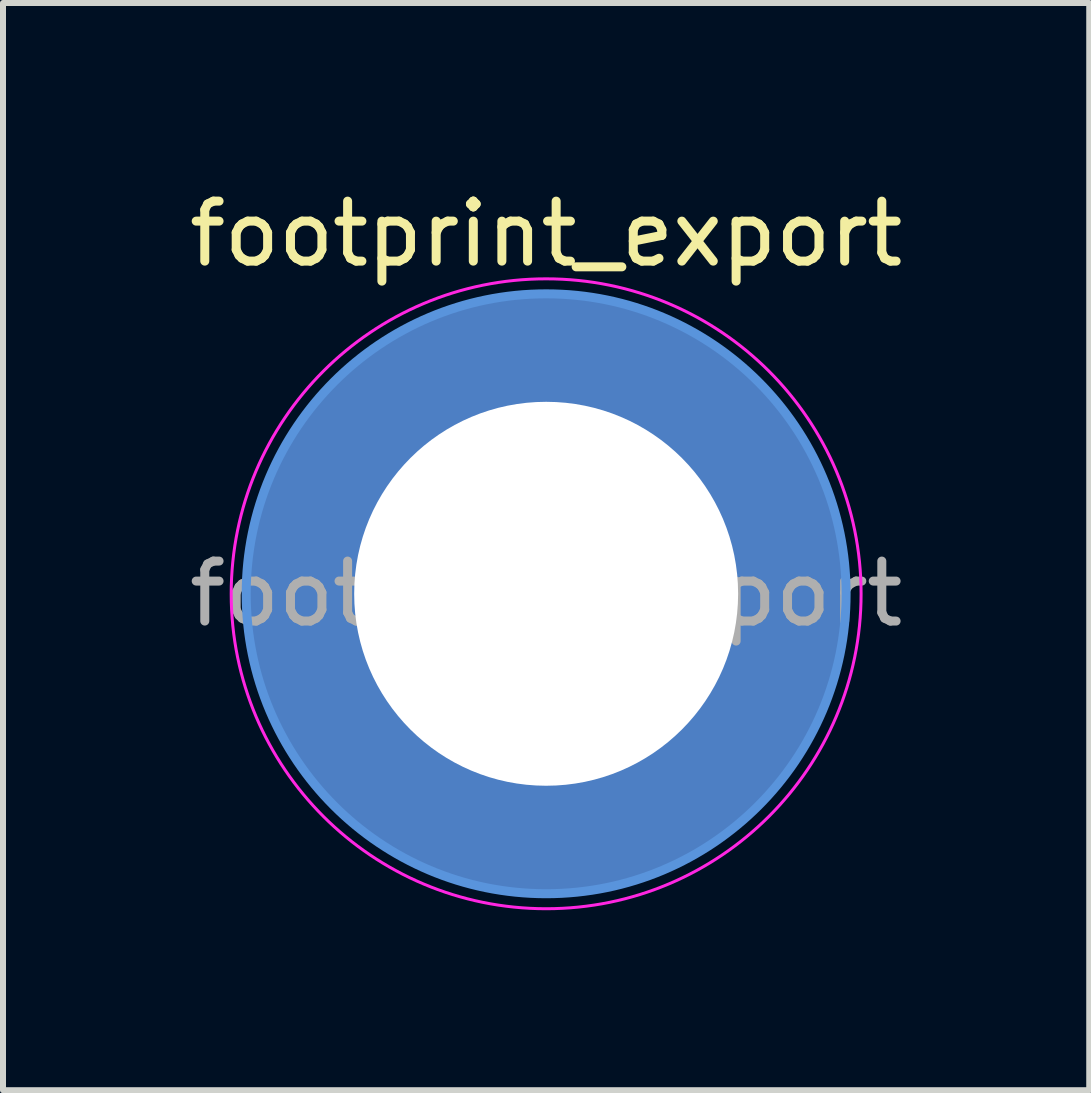
<source format=kicad_pcb>
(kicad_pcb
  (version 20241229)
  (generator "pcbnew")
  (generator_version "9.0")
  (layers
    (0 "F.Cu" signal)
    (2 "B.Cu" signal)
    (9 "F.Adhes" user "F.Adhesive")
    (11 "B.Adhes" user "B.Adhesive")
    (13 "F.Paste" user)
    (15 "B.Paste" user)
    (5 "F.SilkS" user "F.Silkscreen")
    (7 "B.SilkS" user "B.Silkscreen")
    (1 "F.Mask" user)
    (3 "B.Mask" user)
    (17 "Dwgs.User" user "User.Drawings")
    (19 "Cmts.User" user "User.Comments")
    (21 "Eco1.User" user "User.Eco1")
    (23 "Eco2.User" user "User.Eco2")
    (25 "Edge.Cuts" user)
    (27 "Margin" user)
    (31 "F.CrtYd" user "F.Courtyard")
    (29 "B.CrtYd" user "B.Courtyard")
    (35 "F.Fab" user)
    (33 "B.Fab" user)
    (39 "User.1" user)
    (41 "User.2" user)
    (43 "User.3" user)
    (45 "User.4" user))
  (footprint "footprint_export"
    (layer "F.Cu")
    (at 6.054 6.848)
    (property "Reference" "footprint_export" (at 0 -6 0) (layer "F.SilkS") (effects (font (size 1 1) (thickness 0.15))))
    (attr exclude_from_pos_files exclude_from_bom)
    (fp_circle (center 0 0) (end 5 0) (stroke (width 0.15) (type solid)) (fill no) (layer "Cmts.User"))
    (fp_circle (center 0 0) (end 5.25 0) (stroke (width 0.05) (type solid)) (fill no) (layer "F.CrtYd"))
    (fp_text user "${REFERENCE}" (at 0 0 0) (layer "F.Fab") (effects (font (size 1 1) (thickness 0.15))))
    (pad "1" thru_hole circle (at 0 0) (size 10 10) (drill 6.4) (layers "*.Cu" "*.Mask")))
  (gr_rect
    (start -3 -3)
    (end 15.107 15.123)
    (stroke (width 0.1) (type default))
    (fill no)
    (layer "Edge.Cuts")))
</source>
